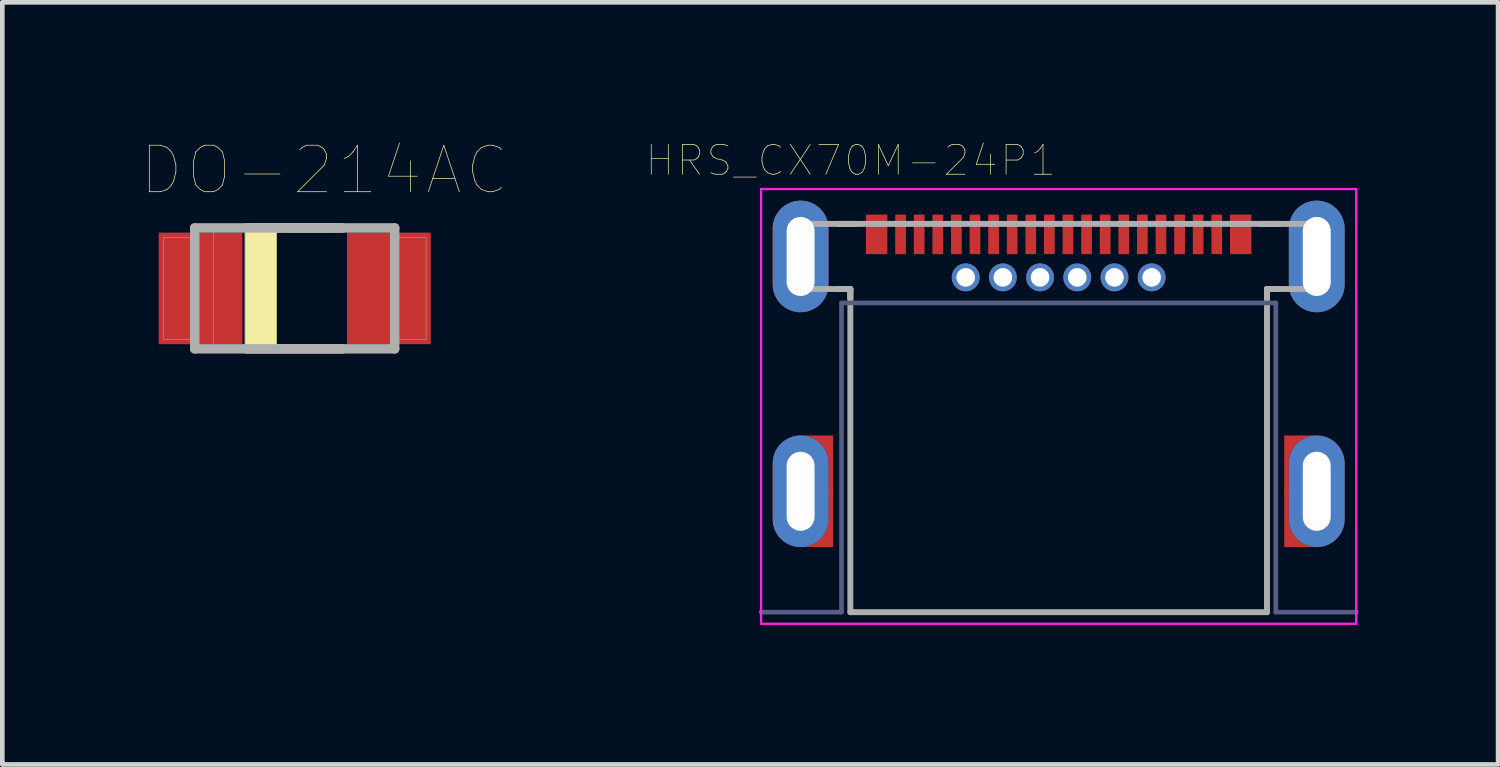
<source format=kicad_pcb>
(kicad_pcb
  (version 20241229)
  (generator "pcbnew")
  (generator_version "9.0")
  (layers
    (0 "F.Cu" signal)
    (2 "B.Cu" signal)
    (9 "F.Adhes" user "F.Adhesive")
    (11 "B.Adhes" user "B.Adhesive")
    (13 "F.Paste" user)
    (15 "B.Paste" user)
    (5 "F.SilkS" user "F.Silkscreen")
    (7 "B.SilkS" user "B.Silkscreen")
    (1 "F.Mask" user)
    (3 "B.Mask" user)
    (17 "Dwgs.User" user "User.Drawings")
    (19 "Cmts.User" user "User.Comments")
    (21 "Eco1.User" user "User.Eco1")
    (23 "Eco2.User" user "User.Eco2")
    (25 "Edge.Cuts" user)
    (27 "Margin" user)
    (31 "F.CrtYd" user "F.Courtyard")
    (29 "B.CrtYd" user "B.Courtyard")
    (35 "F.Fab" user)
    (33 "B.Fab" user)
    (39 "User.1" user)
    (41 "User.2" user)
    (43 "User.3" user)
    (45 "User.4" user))
  (footprint "DO-214AC"
    (layer "F.Cu")
    (at 3.288 3.152)
    (property "Reference" "DO-214AC" (at 0.635 -2.541 0) (layer "F.SilkS") (effects (font (size 1 1) (thickness 0.015))))
    (attr through_hole)
    (fp_line (start -1.035 -1.3) (end 1.025 -1.3) (stroke (width 0.203) (type solid)) (layer "F.SilkS"))
    (fp_line (start 1.025 1.3) (end -1.035 1.3) (stroke (width 0.203) (type solid)) (layer "F.SilkS"))
    (fp_poly (pts (xy -1.065 -1.225) (xy -0.39 -1.225) (xy -0.39 1.225) (xy -1.065 1.225)) (stroke (width 0.01) (type solid)) (fill yes) (layer "F.SilkS"))
    (fp_line (start -2.15 -1.3) (end 2.15 -1.3) (stroke (width 0.203) (type solid)) (layer "F.Fab"))
    (fp_line (start -2.15 1.3) (end -2.15 -1.3) (stroke (width 0.203) (type solid)) (layer "F.Fab"))
    (fp_line (start 2.15 -1.3) (end 2.15 1.3) (stroke (width 0.203) (type solid)) (layer "F.Fab"))
    (fp_line (start 2.15 1.3) (end -2.15 1.3) (stroke (width 0.203) (type solid)) (layer "F.Fab"))
    (fp_poly (pts (xy -2.826 -1.1) (xy -2.175 -1.1) (xy -2.175 1.1) (xy -2.826 1.1)) (stroke (width 0.01) (type solid)) (fill no) (layer "F.Fab"))
    (fp_poly (pts (xy -1.751 -1.225) (xy -1.075 -1.225) (xy -1.075 1.226) (xy -1.751 1.226)) (stroke (width 0.01) (type solid)) (fill no) (layer "F.Fab"))
    (fp_poly (pts (xy 2.178 -1.1) (xy 2.825 -1.1) (xy 2.825 1.102) (xy 2.178 1.102)) (stroke (width 0.01) (type solid)) (fill no) (layer "F.Fab"))
    (pad "A" smd rect (at 2.025 0) (size 1.8 2.4) (layers "F.Cu" "F.Mask" "F.Paste"))
    (pad "C" smd rect (at -2.025 0) (size 1.8 2.4) (layers "F.Cu" "F.Mask" "F.Paste")))
  (footprint "HRS_CX70M-24P1"
    (layer "F.Cu")
    (at 19.717 7.515)
    (property "Reference" "HRS_CX70M-24P1" (at -4.473 -7.114 0) (layer "F.SilkS") (effects (font (size 0.641 0.641) (thickness 0.015))))
    (attr through_hole)
    (fp_poly (pts (xy -5.55 -1.2) (xy -4.85 -1.2) (xy -4.85 1.2) (xy -5.55 1.2) (xy -5.519 1.199) (xy -5.487 1.197) (xy -5.456 1.193) (xy -5.425 1.187) (xy -5.395 1.18) (xy -5.365 1.171) (xy -5.335 1.16) (xy -5.306 1.148) (xy -5.278 1.135) (xy -5.25 1.12) (xy -5.223 1.103) (xy -5.197 1.085) (xy -5.172 1.066) (xy -5.149 1.046) (xy -5.126 1.024) (xy -5.104 1.001) (xy -5.084 0.978) (xy -5.065 0.953) (xy -5.047 0.927) (xy -5.03 0.9) (xy -5.015 0.872) (xy -5.002 0.844) (xy -4.99 0.815) (xy -4.979 0.785) (xy -4.97 0.755) (xy -4.963 0.725) (xy -4.957 0.694) (xy -4.953 0.663) (xy -4.951 0.631) (xy -4.95 0.6) (xy -4.95 -0.6) (xy -4.951 -0.631) (xy -4.953 -0.663) (xy -4.957 -0.694) (xy -4.963 -0.725) (xy -4.97 -0.755) (xy -4.979 -0.785) (xy -4.99 -0.815) (xy -5.002 -0.844) (xy -5.015 -0.872) (xy -5.03 -0.9) (xy -5.047 -0.927) (xy -5.065 -0.953) (xy -5.084 -0.978) (xy -5.104 -1.001) (xy -5.126 -1.024) (xy -5.149 -1.046) (xy -5.172 -1.066) (xy -5.197 -1.085) (xy -5.223 -1.103) (xy -5.25 -1.12) (xy -5.278 -1.135) (xy -5.306 -1.148) (xy -5.335 -1.16) (xy -5.365 -1.171) (xy -5.395 -1.18) (xy -5.425 -1.187) (xy -5.456 -1.193) (xy -5.487 -1.197) (xy -5.519 -1.199) (xy -5.55 -1.2)) (stroke (width 0.0001) (type solid)) (fill yes) (layer "F.Cu"))
    (fp_poly (pts (xy 5.55 -1.2) (xy 4.85 -1.2) (xy 4.85 1.2) (xy 5.55 1.2) (xy 5.519 1.199) (xy 5.487 1.197) (xy 5.456 1.193) (xy 5.425 1.187) (xy 5.395 1.18) (xy 5.365 1.171) (xy 5.335 1.16) (xy 5.306 1.148) (xy 5.278 1.135) (xy 5.25 1.12) (xy 5.223 1.103) (xy 5.197 1.085) (xy 5.172 1.066) (xy 5.149 1.046) (xy 5.126 1.024) (xy 5.104 1.001) (xy 5.084 0.978) (xy 5.065 0.953) (xy 5.047 0.927) (xy 5.03 0.9) (xy 5.015 0.872) (xy 5.002 0.844) (xy 4.99 0.815) (xy 4.979 0.785) (xy 4.97 0.755) (xy 4.963 0.725) (xy 4.957 0.694) (xy 4.953 0.663) (xy 4.951 0.631) (xy 4.95 0.6) (xy 4.95 -0.6) (xy 4.951 -0.631) (xy 4.953 -0.663) (xy 4.957 -0.694) (xy 4.963 -0.725) (xy 4.97 -0.755) (xy 4.979 -0.785) (xy 4.99 -0.815) (xy 5.002 -0.844) (xy 5.015 -0.872) (xy 5.03 -0.9) (xy 5.047 -0.927) (xy 5.065 -0.953) (xy 5.084 -0.978) (xy 5.104 -1.001) (xy 5.126 -1.024) (xy 5.149 -1.046) (xy 5.172 -1.066) (xy 5.197 -1.085) (xy 5.223 -1.103) (xy 5.25 -1.12) (xy 5.278 -1.135) (xy 5.306 -1.148) (xy 5.335 -1.16) (xy 5.365 -1.171) (xy 5.395 -1.18) (xy 5.425 -1.187) (xy 5.456 -1.193) (xy 5.487 -1.197) (xy 5.519 -1.199) (xy 5.55 -1.2)) (stroke (width 0.0001) (type solid)) (fill yes) (layer "F.Cu"))
    (fp_poly (pts (xy -5.607 -1.3) (xy -4.75 -1.3) (xy -4.75 1.302) (xy -5.607 1.302)) (stroke (width 0.01) (type solid)) (fill yes) (layer "F.Mask"))
    (fp_poly (pts (xy 4.75 -1.3) (xy 5.55 -1.3) (xy 5.55 1.3) (xy 4.75 1.3)) (stroke (width 0.01) (type solid)) (fill yes) (layer "F.Mask"))
    (fp_line (start -4.75 -5.75) (end -4.35 -5.75) (stroke (width 0.127) (type solid)) (layer "F.SilkS"))
    (fp_line (start -4.75 -4.35) (end -4.48 -4.35) (stroke (width 0.127) (type solid)) (layer "F.SilkS"))
    (fp_line (start -4.48 -4.35) (end -4.48 -4.15) (stroke (width 0.127) (type solid)) (layer "F.SilkS"))
    (fp_line (start 4.35 -5.75) (end 4.75 -5.75) (stroke (width 0.127) (type solid)) (layer "F.SilkS"))
    (fp_line (start 4.48 -4.35) (end 4.48 -4.15) (stroke (width 0.127) (type solid)) (layer "F.SilkS"))
    (fp_line (start 4.75 -4.35) (end 4.48 -4.35) (stroke (width 0.127) (type solid)) (layer "F.SilkS"))
    (fp_poly (pts (xy -5.55 -1.2) (xy -4.85 -1.2) (xy -4.85 1.2) (xy -5.55 1.2) (xy -5.519 1.199) (xy -5.487 1.197) (xy -5.456 1.193) (xy -5.425 1.187) (xy -5.395 1.18) (xy -5.365 1.171) (xy -5.335 1.16) (xy -5.306 1.148) (xy -5.278 1.135) (xy -5.25 1.12) (xy -5.223 1.103) (xy -5.197 1.085) (xy -5.172 1.066) (xy -5.149 1.046) (xy -5.126 1.024) (xy -5.104 1.001) (xy -5.084 0.978) (xy -5.065 0.953) (xy -5.047 0.927) (xy -5.03 0.9) (xy -5.015 0.872) (xy -5.002 0.844) (xy -4.99 0.815) (xy -4.979 0.785) (xy -4.97 0.755) (xy -4.963 0.725) (xy -4.957 0.694) (xy -4.953 0.663) (xy -4.951 0.631) (xy -4.95 0.6) (xy -4.95 -0.6) (xy -4.951 -0.631) (xy -4.953 -0.663) (xy -4.957 -0.694) (xy -4.963 -0.725) (xy -4.97 -0.755) (xy -4.979 -0.785) (xy -4.99 -0.815) (xy -5.002 -0.844) (xy -5.015 -0.872) (xy -5.03 -0.9) (xy -5.047 -0.927) (xy -5.065 -0.953) (xy -5.084 -0.978) (xy -5.104 -1.001) (xy -5.126 -1.024) (xy -5.149 -1.046) (xy -5.172 -1.066) (xy -5.197 -1.085) (xy -5.223 -1.103) (xy -5.25 -1.12) (xy -5.278 -1.135) (xy -5.306 -1.148) (xy -5.335 -1.16) (xy -5.365 -1.171) (xy -5.395 -1.18) (xy -5.425 -1.187) (xy -5.456 -1.193) (xy -5.487 -1.197) (xy -5.519 -1.199) (xy -5.55 -1.2)) (stroke (width 0.0001) (type solid)) (fill yes) (layer "F.Paste"))
    (fp_poly (pts (xy 5.55 -1.2) (xy 4.85 -1.2) (xy 4.85 1.2) (xy 5.55 1.2) (xy 5.519 1.199) (xy 5.487 1.197) (xy 5.456 1.193) (xy 5.425 1.187) (xy 5.395 1.18) (xy 5.365 1.171) (xy 5.335 1.16) (xy 5.306 1.148) (xy 5.278 1.135) (xy 5.25 1.12) (xy 5.223 1.103) (xy 5.197 1.085) (xy 5.172 1.066) (xy 5.149 1.046) (xy 5.126 1.024) (xy 5.104 1.001) (xy 5.084 0.978) (xy 5.065 0.953) (xy 5.047 0.927) (xy 5.03 0.9) (xy 5.015 0.872) (xy 5.002 0.844) (xy 4.99 0.815) (xy 4.979 0.785) (xy 4.97 0.755) (xy 4.963 0.725) (xy 4.957 0.694) (xy 4.953 0.663) (xy 4.951 0.631) (xy 4.95 0.6) (xy 4.95 -0.6) (xy 4.951 -0.631) (xy 4.953 -0.663) (xy 4.957 -0.694) (xy 4.963 -0.725) (xy 4.97 -0.755) (xy 4.979 -0.785) (xy 4.99 -0.815) (xy 5.002 -0.844) (xy 5.015 -0.872) (xy 5.03 -0.9) (xy 5.047 -0.927) (xy 5.065 -0.953) (xy 5.084 -0.978) (xy 5.104 -1.001) (xy 5.126 -1.024) (xy 5.149 -1.046) (xy 5.172 -1.066) (xy 5.197 -1.085) (xy 5.223 -1.103) (xy 5.25 -1.12) (xy 5.278 -1.135) (xy 5.306 -1.148) (xy 5.335 -1.16) (xy 5.365 -1.171) (xy 5.395 -1.18) (xy 5.425 -1.187) (xy 5.456 -1.193) (xy 5.487 -1.197) (xy 5.519 -1.199) (xy 5.55 -1.2)) (stroke (width 0.0001) (type solid)) (fill yes) (layer "F.Paste"))
    (fp_line (start -6.4 -6.5) (end 6.4 -6.5) (stroke (width 0.05) (type solid)) (layer "F.CrtYd"))
    (fp_line (start -6.4 2.85) (end -6.4 -6.5) (stroke (width 0.05) (type solid)) (layer "F.CrtYd"))
    (fp_line (start 6.4 -6.5) (end 6.4 2.85) (stroke (width 0.05) (type solid)) (layer "F.CrtYd"))
    (fp_line (start 6.4 2.85) (end -6.4 2.85) (stroke (width 0.05) (type solid)) (layer "F.CrtYd"))
    (fp_line (start -6.4 2.6) (end -4.67 2.6) (stroke (width 0.1) (type solid)) (layer "B.Fab"))
    (fp_line (start -4.67 -4.05) (end 4.67 -4.05) (stroke (width 0.1) (type solid)) (layer "B.Fab"))
    (fp_line (start -4.67 2.6) (end -4.67 -4.05) (stroke (width 0.1) (type solid)) (layer "B.Fab"))
    (fp_line (start 4.67 -4.05) (end 4.67 2.6) (stroke (width 0.1) (type solid)) (layer "B.Fab"))
    (fp_line (start 4.67 2.6) (end 6.4 2.6) (stroke (width 0.1) (type solid)) (layer "B.Fab"))
    (fp_line (start -5.7 -5.75) (end -5.7 -4.35) (stroke (width 0.127) (type solid)) (layer "F.Fab"))
    (fp_line (start -5.7 -5.75) (end 5.7 -5.75) (stroke (width 0.127) (type solid)) (layer "F.Fab"))
    (fp_line (start -5.7 -4.35) (end -4.48 -4.35) (stroke (width 0.127) (type solid)) (layer "F.Fab"))
    (fp_line (start -4.48 2.6) (end -4.48 -4.35) (stroke (width 0.127) (type solid)) (layer "F.Fab"))
    (fp_line (start 4.48 -4.35) (end 4.48 2.6) (stroke (width 0.127) (type solid)) (layer "F.Fab"))
    (fp_line (start 4.48 -4.35) (end 5.7 -4.35) (stroke (width 0.127) (type solid)) (layer "F.Fab"))
    (fp_line (start 4.48 2.6) (end -4.48 2.6) (stroke (width 0.127) (type solid)) (layer "F.Fab"))
    (fp_line (start 5.7 -5.75) (end 5.7 -4.35) (stroke (width 0.127) (type solid)) (layer "F.Fab"))
    (pad "A1" smd rect (at -2.2 -5.525) (size 0.23 0.85) (layers "F.Cu" "F.Mask" "F.Paste"))
    (pad "A2" smd rect (at -1.8 -5.525) (size 0.23 0.85) (layers "F.Cu" "F.Mask" "F.Paste"))
    (pad "A3" smd rect (at -1.4 -5.525) (size 0.23 0.85) (layers "F.Cu" "F.Mask" "F.Paste"))
    (pad "A4" smd rect (at -1 -5.525) (size 0.23 0.85) (layers "F.Cu" "F.Mask" "F.Paste"))
    (pad "A5" smd rect (at -0.6 -5.525) (size 0.23 0.85) (layers "F.Cu" "F.Mask" "F.Paste"))
    (pad "A6" smd rect (at -0.2 -5.525) (size 0.23 0.85) (layers "F.Cu" "F.Mask" "F.Paste"))
    (pad "A7" smd rect (at 0.2 -5.525) (size 0.23 0.85) (layers "F.Cu" "F.Mask" "F.Paste"))
    (pad "A8" smd rect (at 0.6 -5.525) (size 0.23 0.85) (layers "F.Cu" "F.Mask" "F.Paste"))
    (pad "A9" smd rect (at 1 -5.525) (size 0.23 0.85) (layers "F.Cu" "F.Mask" "F.Paste"))
    (pad "A10" smd rect (at 1.4 -5.525) (size 0.23 0.85) (layers "F.Cu" "F.Mask" "F.Paste"))
    (pad "A11" smd rect (at 1.8 -5.525) (size 0.23 0.85) (layers "F.Cu" "F.Mask" "F.Paste"))
    (pad "A12" smd rect (at 2.2 -5.525) (size 0.23 0.85) (layers "F.Cu" "F.Mask" "F.Paste"))
    (pad "B1" smd rect (at 3.4 -5.525) (size 0.23 0.85) (layers "F.Cu" "F.Mask" "F.Paste"))
    (pad "B2" smd rect (at 3 -5.525) (size 0.23 0.85) (layers "F.Cu" "F.Mask" "F.Paste"))
    (pad "B3" smd rect (at 2.6 -5.525) (size 0.23 0.85) (layers "F.Cu" "F.Mask" "F.Paste"))
    (pad "B4" thru_hole circle (at 2 -4.6) (size 0.6 0.6) (drill 0.4) (layers "*.Cu" "*.Mask"))
    (pad "B5" thru_hole circle (at 1.2 -4.6) (size 0.6 0.6) (drill 0.4) (layers "*.Cu" "*.Mask"))
    (pad "B6" thru_hole circle (at 0.4 -4.6) (size 0.6 0.6) (drill 0.4) (layers "*.Cu" "*.Mask"))
    (pad "B7" thru_hole circle (at -0.4 -4.6) (size 0.6 0.6) (drill 0.4) (layers "*.Cu" "*.Mask"))
    (pad "B8" thru_hole circle (at -1.2 -4.6) (size 0.6 0.6) (drill 0.4) (layers "*.Cu" "*.Mask"))
    (pad "B9" thru_hole circle (at -2 -4.6) (size 0.6 0.6) (drill 0.4) (layers "*.Cu" "*.Mask"))
    (pad "B10" smd rect (at -2.6 -5.525) (size 0.23 0.85) (layers "F.Cu" "F.Mask" "F.Paste"))
    (pad "B11" smd rect (at -3 -5.525) (size 0.23 0.85) (layers "F.Cu" "F.Mask" "F.Paste"))
    (pad "B12" smd rect (at -3.4 -5.525) (size 0.23 0.85) (layers "F.Cu" "F.Mask" "F.Paste"))
    (pad "S1" thru_hole oval (at -5.55 -5.05) (size 1.2 2.4) (drill oval 0.6 1.7) (layers "*.Cu" "*.Mask"))
    (pad "S2" smd rect (at -3.915 -5.525) (size 0.46 0.85) (layers "F.Cu" "F.Mask" "F.Paste"))
    (pad "S3" smd rect (at 3.915 -5.525) (size 0.46 0.85) (layers "F.Cu" "F.Mask" "F.Paste"))
    (pad "S4" thru_hole oval (at 5.55 -5.05) (size 1.2 2.4) (drill oval 0.6 1.7) (layers "*.Cu" "*.Mask"))
    (pad "S5" thru_hole oval (at -5.55 0) (size 1.2 2.4) (drill oval 0.6 1.7) (layers "*.Cu" "*.Mask"))
    (pad "S5.1" smd rect (at -4.9 0) (size 0.1 0.1) (layers "F.Cu"))
    (pad "S6" thru_hole oval (at 5.55 0) (size 1.2 2.4) (drill oval 0.6 1.7) (layers "*.Cu" "*.Mask"))
    (pad "S6.1" smd rect (at 4.9 0) (size 0.1 0.1) (layers "F.Cu")))
  (gr_rect
    (start -3 -3)
    (end 29.167 13.39)
    (stroke (width 0.1) (type default))
    (fill no)
    (layer "Edge.Cuts")))
</source>
